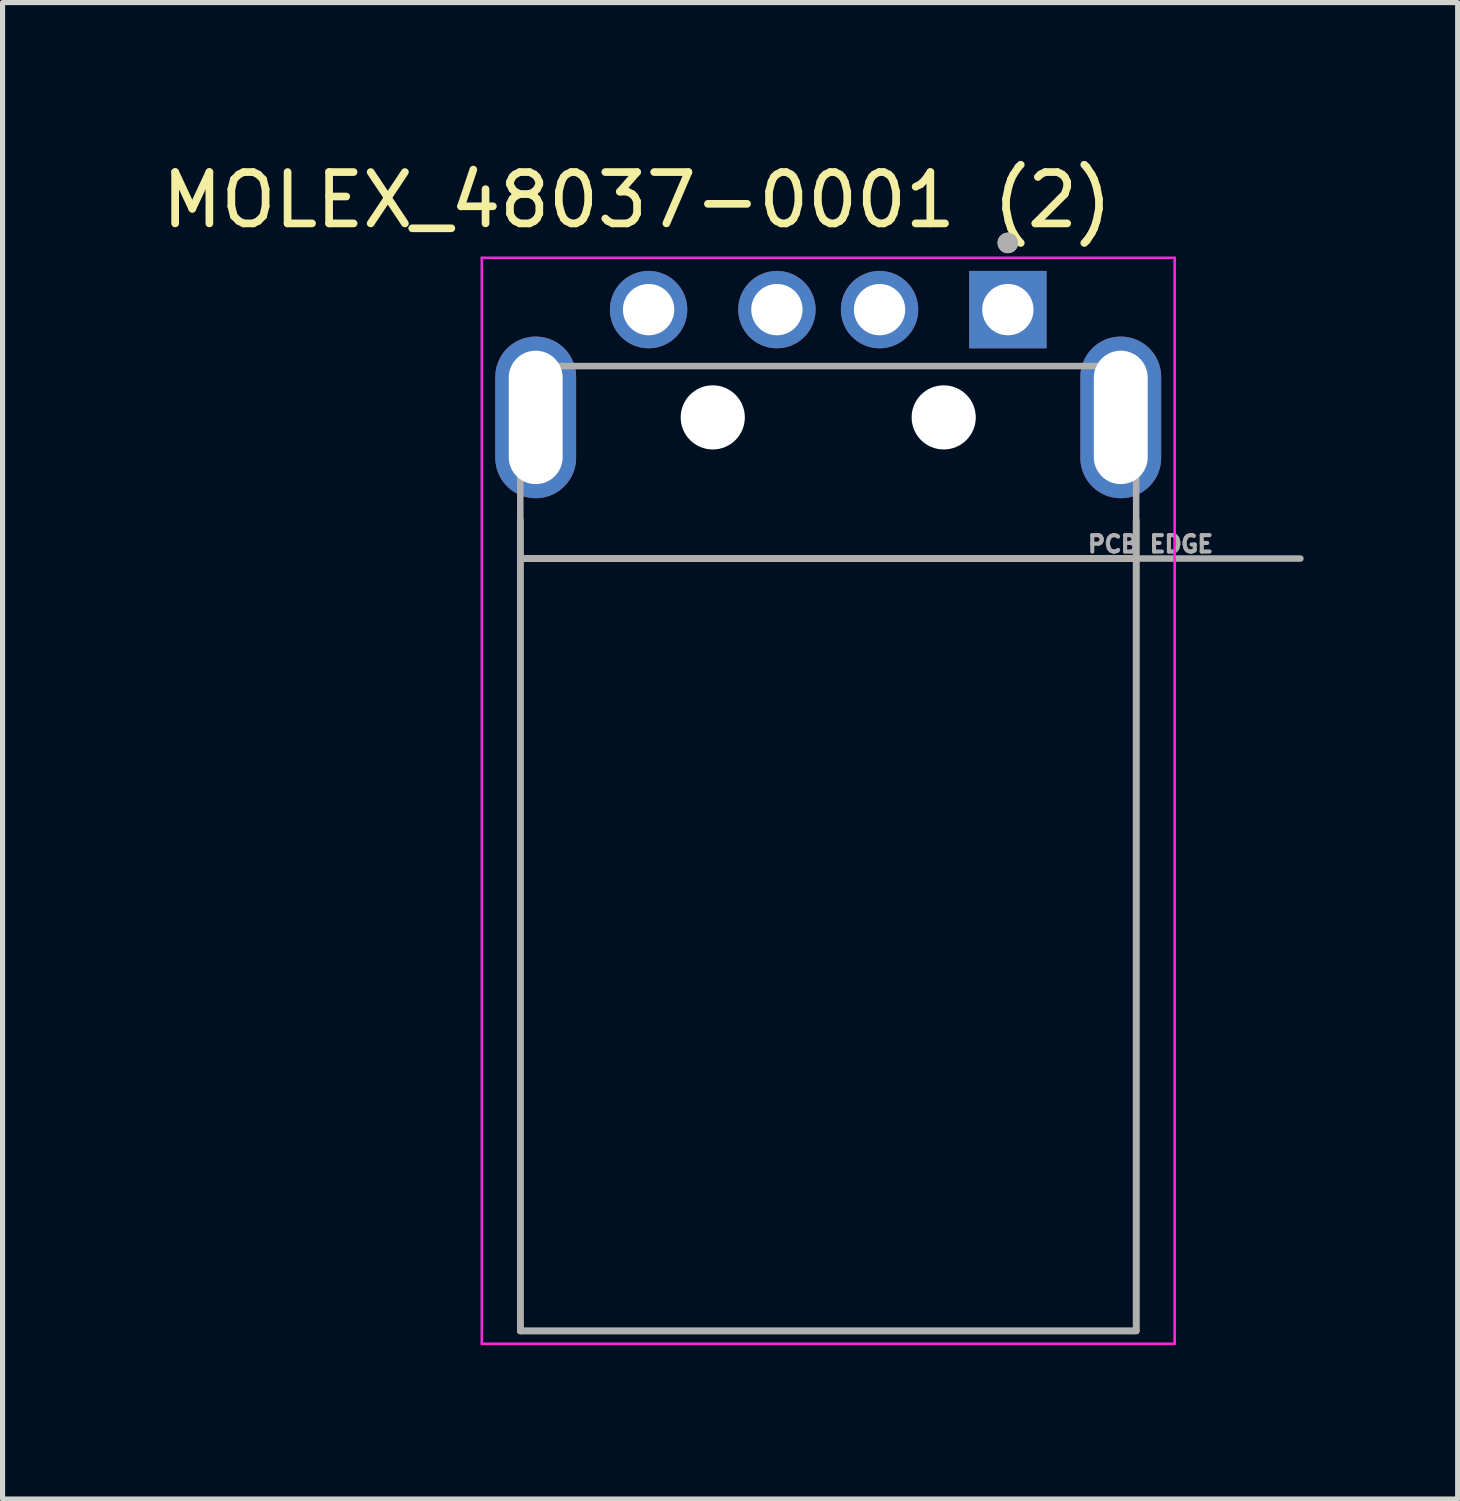
<source format=kicad_pcb>
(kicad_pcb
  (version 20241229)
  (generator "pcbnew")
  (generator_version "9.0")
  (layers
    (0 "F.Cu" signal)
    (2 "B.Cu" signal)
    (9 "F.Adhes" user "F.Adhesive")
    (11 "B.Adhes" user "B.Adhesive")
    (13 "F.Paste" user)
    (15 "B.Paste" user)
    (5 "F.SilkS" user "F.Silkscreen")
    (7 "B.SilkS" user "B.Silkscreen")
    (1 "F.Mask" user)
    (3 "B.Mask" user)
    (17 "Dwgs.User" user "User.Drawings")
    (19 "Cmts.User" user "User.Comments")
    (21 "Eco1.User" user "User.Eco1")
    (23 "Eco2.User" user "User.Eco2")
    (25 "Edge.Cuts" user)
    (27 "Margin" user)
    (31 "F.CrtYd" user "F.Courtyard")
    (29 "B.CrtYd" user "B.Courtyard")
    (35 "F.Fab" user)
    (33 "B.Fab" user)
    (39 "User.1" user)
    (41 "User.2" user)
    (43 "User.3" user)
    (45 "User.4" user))
  (footprint "MOLEX_48037-0001 (2)"
    (layer "F.Cu")
    (at 13.088 5.083)
    (property "Reference" "MOLEX_48037-0001 (2)" (at -3.725 -4.235 0) (layer "F.SilkS") (effects (font (size 1 1) (thickness 0.15))))
    (attr through_hole)
    (fp_line (start -6 2) (end -6 2.75) (stroke (width 0.127) (type solid)) (layer "F.SilkS"))
    (fp_line (start -6 2.75) (end -6 17.8) (stroke (width 0.127) (type solid)) (layer "F.SilkS"))
    (fp_line (start -6 2.75) (end 6 2.75) (stroke (width 0.127) (type solid)) (layer "F.SilkS"))
    (fp_line (start -6 17.8) (end 6 17.8) (stroke (width 0.127) (type solid)) (layer "F.SilkS"))
    (fp_line (start 6 2.75) (end 6 2) (stroke (width 0.127) (type solid)) (layer "F.SilkS"))
    (fp_line (start 6 17.8) (end 6 2.75) (stroke (width 0.127) (type solid)) (layer "F.SilkS"))
    (fp_circle (center 3.5 -3.4) (end 3.6 -3.4) (stroke (width 0.2) (type solid)) (fill no) (layer "F.SilkS"))
    (fp_line (start -6.75 -3.11) (end -6.75 18.05) (stroke (width 0.05) (type solid)) (layer "F.CrtYd"))
    (fp_line (start -6.75 18.05) (end 6.75 18.05) (stroke (width 0.05) (type solid)) (layer "F.CrtYd"))
    (fp_line (start 6.75 -3.11) (end -6.75 -3.11) (stroke (width 0.05) (type solid)) (layer "F.CrtYd"))
    (fp_line (start 6.75 18.05) (end 6.75 -3.11) (stroke (width 0.05) (type solid)) (layer "F.CrtYd"))
    (fp_line (start -6 -1) (end -6 2.75) (stroke (width 0.127) (type solid)) (layer "F.Fab"))
    (fp_line (start -6 2.75) (end -6 17.8) (stroke (width 0.127) (type solid)) (layer "F.Fab"))
    (fp_line (start -6 2.75) (end 6 2.75) (stroke (width 0.127) (type solid)) (layer "F.Fab"))
    (fp_line (start -6 17.8) (end 6 17.8) (stroke (width 0.127) (type solid)) (layer "F.Fab"))
    (fp_line (start 6 -1) (end -6 -1) (stroke (width 0.127) (type solid)) (layer "F.Fab"))
    (fp_line (start 6 2.75) (end 6 -1) (stroke (width 0.127) (type solid)) (layer "F.Fab"))
    (fp_line (start 6 2.75) (end 9.2 2.75) (stroke (width 0.127) (type solid)) (layer "F.Fab"))
    (fp_line (start 6 17.8) (end 6 2.75) (stroke (width 0.127) (type solid)) (layer "F.Fab"))
    (fp_circle (center 3.5 -3.4) (end 3.6 -3.4) (stroke (width 0.2) (type solid)) (fill no) (layer "F.Fab"))
    (fp_text user "PCB EDGE" (at 6.28 2.47 0) (layer "F.Fab") (effects (font (size 0.32 0.32) (thickness 0.15))))
    (pad "" np_thru_hole circle (at -2.25 0) (size 1.25 1.25) (drill 1.25) (layers "*.Cu" "*.Mask"))
    (pad "" np_thru_hole circle (at 2.25 0) (size 1.25 1.25) (drill 1.25) (layers "*.Cu" "*.Mask"))
    (pad "1" thru_hole rect (at 3.5 -2.1) (size 1.508 1.508) (drill 1) (layers "*.Cu" "*.Mask"))
    (pad "2" thru_hole circle (at 1 -2.1) (size 1.508 1.508) (drill 1) (layers "*.Cu" "*.Mask"))
    (pad "3" thru_hole circle (at -1 -2.1) (size 1.508 1.508) (drill 1) (layers "*.Cu" "*.Mask"))
    (pad "4" thru_hole circle (at -3.5 -2.1) (size 1.508 1.508) (drill 1) (layers "*.Cu" "*.Mask"))
    (pad "S1" thru_hole oval (at 5.7 0) (size 1.575 3.15) (drill oval 1.05 2.6) (layers "*.Cu" "*.Mask"))
    (pad "S2" thru_hole oval (at -5.7 0) (size 1.575 3.15) (drill oval 1.05 2.6) (layers "*.Cu" "*.Mask")))
  (gr_rect
    (start -3 -3)
    (end 25.352 26.158)
    (stroke (width 0.1) (type default))
    (fill no)
    (layer "Edge.Cuts")))
</source>
